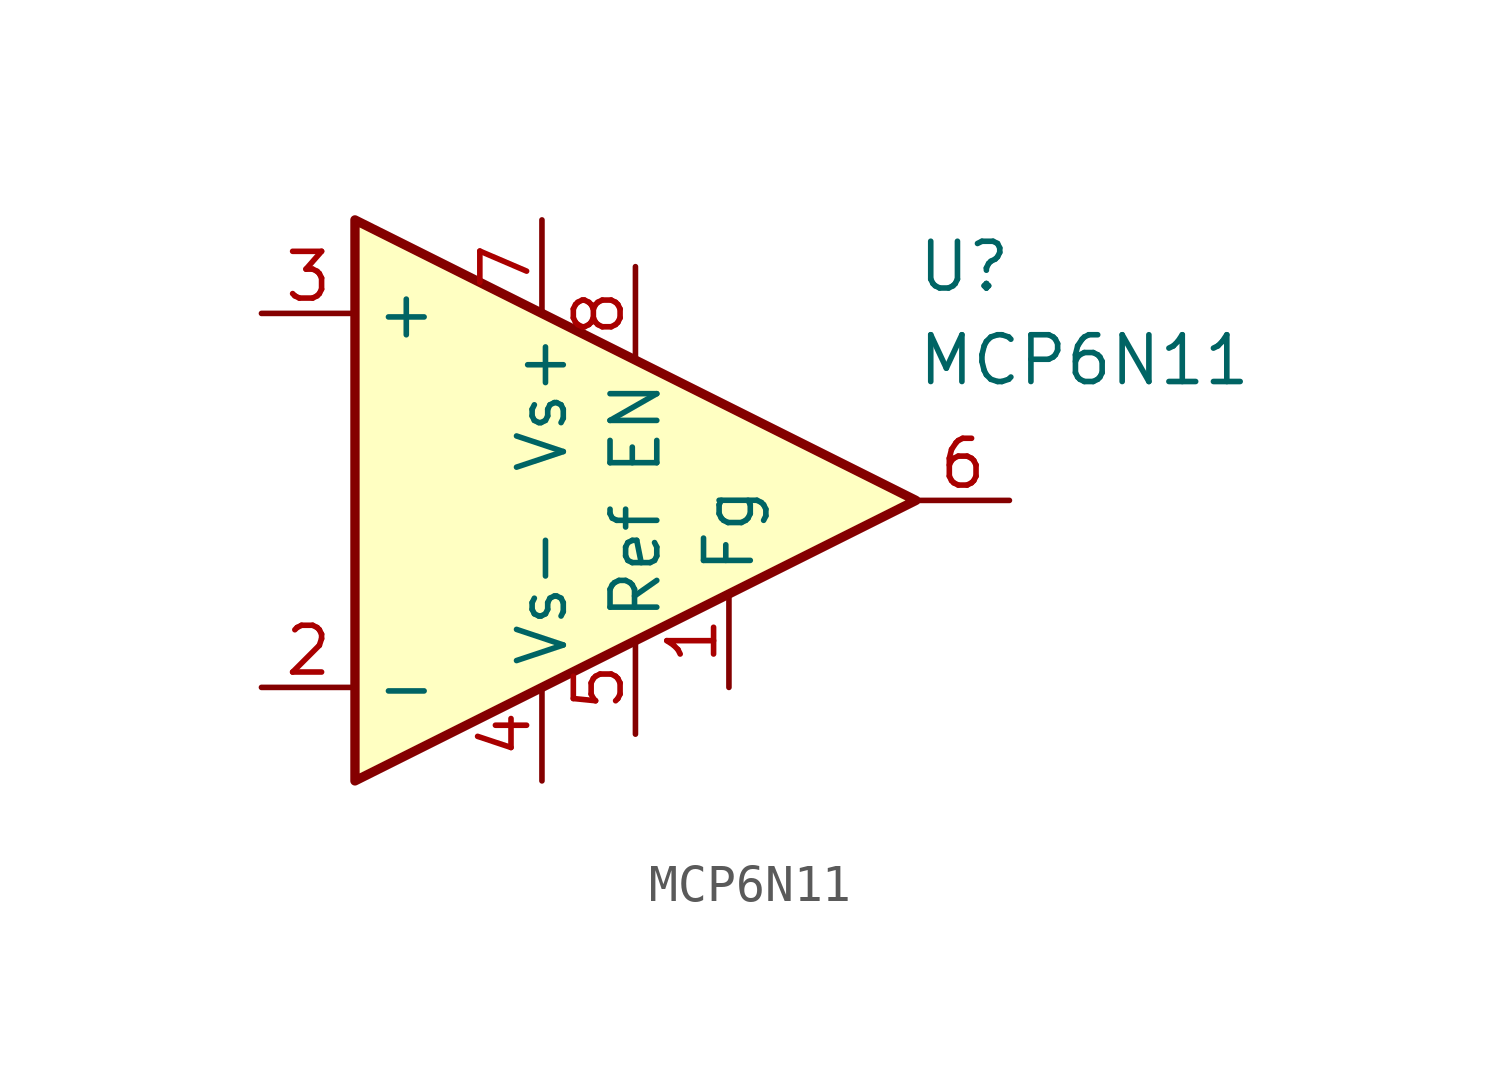
<source format=kicad_sym>
(kicad_symbol_lib
  (version 20211014)
  (generator kicad_symbol_editor)
  (symbol "MCP6N11"
    (property "Reference" "U"
      (at 7.62 6.35 0)
      (effects (font (size 1.27 1.27)) (justify left)))
    (property "Value" "MCP6N11"
      (at 7.62 3.81 0)
      (effects (font (size 1.27 1.27)) (justify left)))
    (symbol "MCP6N11_0_0"
      (pin input line (at 2.54 -5.08 90) (length 2.54) (name "Fg" (effects (font (size 1.27 1.27)))) (number "1" (effects (font (size 1.27 1.27)))))
      (pin input line (at -10.16 -5.08 0) (length 2.54) (name "-" (effects (font (size 1.27 1.27)))) (number "2" (effects (font (size 1.27 1.27)))))
      (pin input line (at -10.16 5.08 0) (length 2.54) (name "+" (effects (font (size 1.27 1.27)))) (number "3" (effects (font (size 1.27 1.27)))))
      (pin power_in line (at -2.54 -7.62 90) (length 2.54) (name "Vs-" (effects (font (size 1.27 1.27)))) (number "4" (effects (font (size 1.27 1.27)))))
      (pin input line (at 0 -6.35 90) (length 2.54) (name "Ref" (effects (font (size 1.27 1.27)))) (number "5" (effects (font (size 1.27 1.27)))))
      (pin output line (at 10.16 0 180) (length 2.54) (name "" (effects (font (size 1.27 1.27)))) (number "6" (effects (font (size 1.27 1.27)))))
      (pin power_in line (at -2.54 7.62 270) (length 2.54) (name "Vs+" (effects (font (size 1.27 1.27)))) (number "7" (effects (font (size 1.27 1.27)))))
      (pin input line (at 0 6.35 270) (length 2.54) (name "EN" (effects (font (size 1.27 1.27)))) (number "8" (effects (font (size 1.27 1.27)))))
      (pin power_in line (at -2.54 -7.62 90) (length 2.54) hide (name "PAD" (effects (font (size 1.27 1.27)))) (number "9" (effects (font (size 1.27 1.27))))))
    (symbol "MCP6N11_0_1"
      (polyline (pts (xy -7.62 7.62) (xy -7.62 -7.62) (xy 7.62 0) (xy -7.62 7.62)) (stroke (width 0.254) (type default) (color 0 0 0 0)) (fill (type background))))))
</source>
